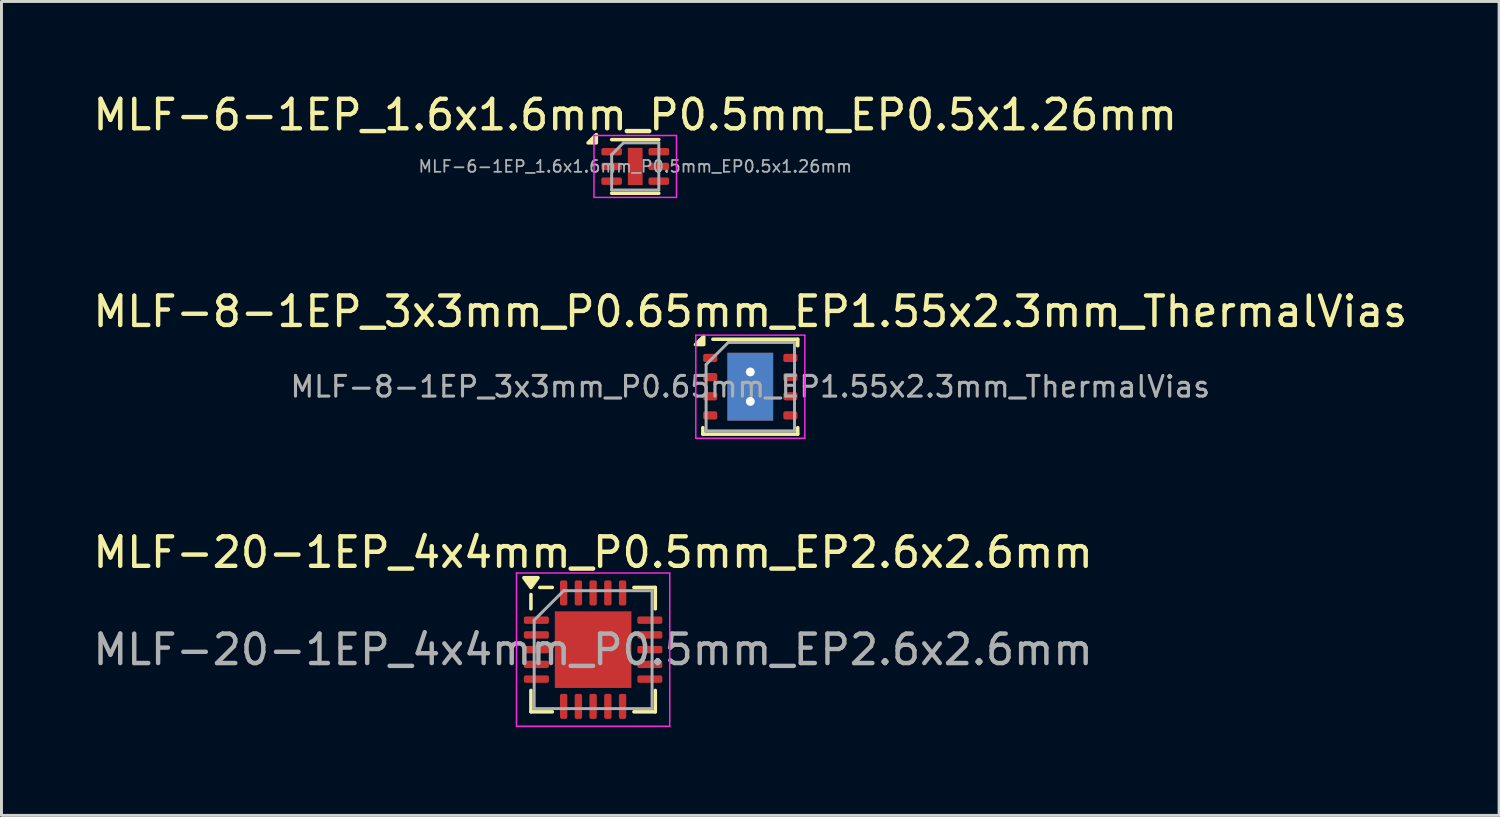
<source format=kicad_pcb>
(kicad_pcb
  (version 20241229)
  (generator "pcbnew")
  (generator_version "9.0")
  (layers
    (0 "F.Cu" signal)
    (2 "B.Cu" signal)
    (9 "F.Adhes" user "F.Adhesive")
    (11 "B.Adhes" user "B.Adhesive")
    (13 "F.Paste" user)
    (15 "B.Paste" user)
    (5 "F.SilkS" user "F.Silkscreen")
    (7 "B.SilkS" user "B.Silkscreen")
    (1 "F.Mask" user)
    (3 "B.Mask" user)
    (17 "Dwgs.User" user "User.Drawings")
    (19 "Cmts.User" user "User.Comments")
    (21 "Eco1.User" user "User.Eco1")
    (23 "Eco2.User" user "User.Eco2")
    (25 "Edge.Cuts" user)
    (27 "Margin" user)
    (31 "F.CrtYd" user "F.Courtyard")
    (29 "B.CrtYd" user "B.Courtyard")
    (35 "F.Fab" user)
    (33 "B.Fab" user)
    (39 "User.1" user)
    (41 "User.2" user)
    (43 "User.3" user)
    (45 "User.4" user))
  (footprint "MLF-6-1EP_1.6x1.6mm_P0.5mm_EP0.5x1.26mm"
    (layer "F.Cu")
    (at 18.506 2.598)
    (property "Reference" "MLF-6-1EP_1.6x1.6mm_P0.5mm_EP0.5x1.26mm" (at 0 -1.75 0) (layer "F.SilkS") (effects (font (size 1 1) (thickness 0.15))))
    (attr smd)
    (fp_line (start -0.8 -0.91) (end 0.8 -0.91) (stroke (width 0.12) (type solid)) (layer "F.SilkS"))
    (fp_line (start -0.8 0.91) (end 0.8 0.91) (stroke (width 0.12) (type solid)) (layer "F.SilkS"))
    (fp_poly (pts (xy -1.32 -0.8) (xy -1.6 -0.8) (xy -1.32 -1.08) (xy -1.32 -0.8)) (stroke (width 0.12) (type solid)) (fill yes) (layer "F.SilkS"))
    (fp_line (start -1.4 -1.05) (end -1.4 1.05) (stroke (width 0.05) (type solid)) (layer "F.CrtYd"))
    (fp_line (start -1.4 1.05) (end 1.4 1.05) (stroke (width 0.05) (type solid)) (layer "F.CrtYd"))
    (fp_line (start 1.4 -1.05) (end -1.4 -1.05) (stroke (width 0.05) (type solid)) (layer "F.CrtYd"))
    (fp_line (start 1.4 1.05) (end 1.4 -1.05) (stroke (width 0.05) (type solid)) (layer "F.CrtYd"))
    (fp_line (start -0.8 -0.4) (end -0.4 -0.8) (stroke (width 0.1) (type solid)) (layer "F.Fab"))
    (fp_line (start -0.8 0.8) (end -0.8 -0.4) (stroke (width 0.1) (type solid)) (layer "F.Fab"))
    (fp_line (start -0.4 -0.8) (end 0.8 -0.8) (stroke (width 0.1) (type solid)) (layer "F.Fab"))
    (fp_line (start 0.8 -0.8) (end 0.8 0.8) (stroke (width 0.1) (type solid)) (layer "F.Fab"))
    (fp_line (start 0.8 0.8) (end -0.8 0.8) (stroke (width 0.1) (type solid)) (layer "F.Fab"))
    (fp_text user "${REFERENCE}" (at 0 0 0) (layer "F.Fab") (effects (font (size 0.4 0.4) (thickness 0.06))))
    (pad "" smd roundrect (at 0 -0.315) (size 0.4 0.51) (layers "F.Paste") (roundrect_rratio 0.25))
    (pad "" smd roundrect (at 0 0.315) (size 0.4 0.51) (layers "F.Paste") (roundrect_rratio 0.25))
    (pad "1" smd roundrect (at -0.8 -0.5) (size 0.7 0.25) (layers "F.Cu" "F.Mask" "F.Paste") (roundrect_rratio 0.25))
    (pad "2" smd roundrect (at -0.8 0) (size 0.7 0.25) (layers "F.Cu" "F.Mask" "F.Paste") (roundrect_rratio 0.25))
    (pad "3" smd roundrect (at -0.8 0.5) (size 0.7 0.25) (layers "F.Cu" "F.Mask" "F.Paste") (roundrect_rratio 0.25))
    (pad "4" smd roundrect (at 0.8 0.5) (size 0.7 0.25) (layers "F.Cu" "F.Mask" "F.Paste") (roundrect_rratio 0.25))
    (pad "5" smd roundrect (at 0.8 0) (size 0.7 0.25) (layers "F.Cu" "F.Mask" "F.Paste") (roundrect_rratio 0.25))
    (pad "6" smd roundrect (at 0.8 -0.5) (size 0.7 0.25) (layers "F.Cu" "F.Mask" "F.Paste") (roundrect_rratio 0.25))
    (pad "7" smd rect (at 0 0) (size 0.5 1.26) (property pad_prop_heatsink) (layers "F.Cu" "F.Mask")))
  (footprint "MLF-20-1EP_4x4mm_P0.5mm_EP2.6x2.6mm"
    (layer "F.Cu")
    (at 17.077 18.995)
    (property "Reference" "MLF-20-1EP_4x4mm_P0.5mm_EP2.6x2.6mm" (at 0 -3.3 0) (layer "F.SilkS") (effects (font (size 1 1) (thickness 0.15))))
    (attr smd)
    (fp_line (start -2.11 -1.385) (end -2.11 -1.87) (stroke (width 0.12) (type solid)) (layer "F.SilkS"))
    (fp_line (start -2.11 2.11) (end -2.11 1.385) (stroke (width 0.12) (type solid)) (layer "F.SilkS"))
    (fp_line (start -1.385 -2.11) (end -1.81 -2.11) (stroke (width 0.12) (type solid)) (layer "F.SilkS"))
    (fp_line (start -1.385 2.11) (end -2.11 2.11) (stroke (width 0.12) (type solid)) (layer "F.SilkS"))
    (fp_line (start 1.385 -2.11) (end 2.11 -2.11) (stroke (width 0.12) (type solid)) (layer "F.SilkS"))
    (fp_line (start 1.385 2.11) (end 2.11 2.11) (stroke (width 0.12) (type solid)) (layer "F.SilkS"))
    (fp_line (start 2.11 -2.11) (end 2.11 -1.385) (stroke (width 0.12) (type solid)) (layer "F.SilkS"))
    (fp_line (start 2.11 2.11) (end 2.11 1.385) (stroke (width 0.12) (type solid)) (layer "F.SilkS"))
    (fp_poly (pts (xy -2.11 -2.11) (xy -2.35 -2.44) (xy -1.87 -2.44) (xy -2.11 -2.11)) (stroke (width 0.12) (type solid)) (fill yes) (layer "F.SilkS"))
    (fp_line (start -2.6 -2.6) (end -2.6 2.6) (stroke (width 0.05) (type solid)) (layer "F.CrtYd"))
    (fp_line (start -2.6 2.6) (end 2.6 2.6) (stroke (width 0.05) (type solid)) (layer "F.CrtYd"))
    (fp_line (start 2.6 -2.6) (end -2.6 -2.6) (stroke (width 0.05) (type solid)) (layer "F.CrtYd"))
    (fp_line (start 2.6 2.6) (end 2.6 -2.6) (stroke (width 0.05) (type solid)) (layer "F.CrtYd"))
    (fp_line (start -2 -1) (end -1 -2) (stroke (width 0.1) (type solid)) (layer "F.Fab"))
    (fp_line (start -2 2) (end -2 -1) (stroke (width 0.1) (type solid)) (layer "F.Fab"))
    (fp_line (start -1 -2) (end 2 -2) (stroke (width 0.1) (type solid)) (layer "F.Fab"))
    (fp_line (start 2 -2) (end 2 2) (stroke (width 0.1) (type solid)) (layer "F.Fab"))
    (fp_line (start 2 2) (end -2 2) (stroke (width 0.1) (type solid)) (layer "F.Fab"))
    (fp_text user "${REFERENCE}" (at 0 0 0) (layer "F.Fab") (effects (font (size 1 1) (thickness 0.15))))
    (pad "" smd roundrect (at -0.65 -0.65) (size 1.05 1.05) (layers "F.Paste") (roundrect_rratio 0.238))
    (pad "" smd roundrect (at -0.65 0.65) (size 1.05 1.05) (layers "F.Paste") (roundrect_rratio 0.238))
    (pad "" smd roundrect (at 0.65 -0.65) (size 1.05 1.05) (layers "F.Paste") (roundrect_rratio 0.238))
    (pad "" smd roundrect (at 0.65 0.65) (size 1.05 1.05) (layers "F.Paste") (roundrect_rratio 0.238))
    (pad "1" smd roundrect (at -1.925 -1) (size 0.85 0.25) (layers "F.Cu" "F.Mask" "F.Paste") (roundrect_rratio 0.25))
    (pad "2" smd roundrect (at -1.925 -0.5) (size 0.85 0.25) (layers "F.Cu" "F.Mask" "F.Paste") (roundrect_rratio 0.25))
    (pad "3" smd roundrect (at -1.925 0) (size 0.85 0.25) (layers "F.Cu" "F.Mask" "F.Paste") (roundrect_rratio 0.25))
    (pad "4" smd roundrect (at -1.925 0.5) (size 0.85 0.25) (layers "F.Cu" "F.Mask" "F.Paste") (roundrect_rratio 0.25))
    (pad "5" smd roundrect (at -1.925 1) (size 0.85 0.25) (layers "F.Cu" "F.Mask" "F.Paste") (roundrect_rratio 0.25))
    (pad "6" smd roundrect (at -1 1.925) (size 0.25 0.85) (layers "F.Cu" "F.Mask" "F.Paste") (roundrect_rratio 0.25))
    (pad "7" smd roundrect (at -0.5 1.925) (size 0.25 0.85) (layers "F.Cu" "F.Mask" "F.Paste") (roundrect_rratio 0.25))
    (pad "8" smd roundrect (at 0 1.925) (size 0.25 0.85) (layers "F.Cu" "F.Mask" "F.Paste") (roundrect_rratio 0.25))
    (pad "9" smd roundrect (at 0.5 1.925) (size 0.25 0.85) (layers "F.Cu" "F.Mask" "F.Paste") (roundrect_rratio 0.25))
    (pad "10" smd roundrect (at 1 1.925) (size 0.25 0.85) (layers "F.Cu" "F.Mask" "F.Paste") (roundrect_rratio 0.25))
    (pad "11" smd roundrect (at 1.925 1) (size 0.85 0.25) (layers "F.Cu" "F.Mask" "F.Paste") (roundrect_rratio 0.25))
    (pad "12" smd roundrect (at 1.925 0.5) (size 0.85 0.25) (layers "F.Cu" "F.Mask" "F.Paste") (roundrect_rratio 0.25))
    (pad "13" smd roundrect (at 1.925 0) (size 0.85 0.25) (layers "F.Cu" "F.Mask" "F.Paste") (roundrect_rratio 0.25))
    (pad "14" smd roundrect (at 1.925 -0.5) (size 0.85 0.25) (layers "F.Cu" "F.Mask" "F.Paste") (roundrect_rratio 0.25))
    (pad "15" smd roundrect (at 1.925 -1) (size 0.85 0.25) (layers "F.Cu" "F.Mask" "F.Paste") (roundrect_rratio 0.25))
    (pad "16" smd roundrect (at 1 -1.925) (size 0.25 0.85) (layers "F.Cu" "F.Mask" "F.Paste") (roundrect_rratio 0.25))
    (pad "17" smd roundrect (at 0.5 -1.925) (size 0.25 0.85) (layers "F.Cu" "F.Mask" "F.Paste") (roundrect_rratio 0.25))
    (pad "18" smd roundrect (at 0 -1.925) (size 0.25 0.85) (layers "F.Cu" "F.Mask" "F.Paste") (roundrect_rratio 0.25))
    (pad "19" smd roundrect (at -0.5 -1.925) (size 0.25 0.85) (layers "F.Cu" "F.Mask" "F.Paste") (roundrect_rratio 0.25))
    (pad "20" smd roundrect (at -1 -1.925) (size 0.25 0.85) (layers "F.Cu" "F.Mask" "F.Paste") (roundrect_rratio 0.25))
    (pad "21" smd rect (at 0 0) (size 2.6 2.6) (property pad_prop_heatsink) (layers "F.Cu" "F.Mask")))
  (footprint "MLF-8-1EP_3x3mm_P0.65mm_EP1.55x2.3mm_ThermalVias"
    (layer "F.Cu")
    (at 22.411 10.072)
    (property "Reference" "MLF-8-1EP_3x3mm_P0.65mm_EP1.55x2.3mm_ThermalVias" (at 0 -2.55 0) (layer "F.SilkS") (effects (font (size 1 1) (thickness 0.15))))
    (attr smd)
    (fp_line (start -1.61 1.61) (end -1.61 1.39) (stroke (width 0.12) (type solid)) (layer "F.SilkS"))
    (fp_line (start -1.61 1.61) (end 1.61 1.61) (stroke (width 0.12) (type solid)) (layer "F.SilkS"))
    (fp_line (start -1.27 -1.61) (end 1.61 -1.61) (stroke (width 0.12) (type solid)) (layer "F.SilkS"))
    (fp_line (start 1.61 -1.39) (end 1.61 -1.61) (stroke (width 0.12) (type solid)) (layer "F.SilkS"))
    (fp_line (start 1.61 1.61) (end 1.61 1.39) (stroke (width 0.12) (type solid)) (layer "F.SilkS"))
    (fp_poly (pts (xy -1.58 -1.43) (xy -1.86 -1.43) (xy -1.58 -1.71) (xy -1.58 -1.43)) (stroke (width 0.12) (type solid)) (fill yes) (layer "F.SilkS"))
    (fp_line (start -1.85 -1.75) (end -1.85 1.75) (stroke (width 0.05) (type solid)) (layer "F.CrtYd"))
    (fp_line (start -1.85 -1.75) (end 1.85 -1.75) (stroke (width 0.05) (type solid)) (layer "F.CrtYd"))
    (fp_line (start -1.85 1.75) (end 1.85 1.75) (stroke (width 0.05) (type solid)) (layer "F.CrtYd"))
    (fp_line (start 1.85 -1.75) (end 1.85 1.75) (stroke (width 0.05) (type solid)) (layer "F.CrtYd"))
    (fp_line (start -1.5 -0.75) (end -0.75 -1.5) (stroke (width 0.1) (type solid)) (layer "F.Fab"))
    (fp_line (start -1.5 1.5) (end -1.5 -0.75) (stroke (width 0.1) (type solid)) (layer "F.Fab"))
    (fp_line (start -0.75 -1.5) (end 1.5 -1.5) (stroke (width 0.1) (type solid)) (layer "F.Fab"))
    (fp_line (start 1.5 -1.5) (end 1.5 1.5) (stroke (width 0.1) (type solid)) (layer "F.Fab"))
    (fp_line (start 1.5 1.5) (end -1.5 1.5) (stroke (width 0.1) (type solid)) (layer "F.Fab"))
    (fp_text user "${REFERENCE}" (at 0 0 0) (layer "F.Fab") (effects (font (size 0.7 0.7) (thickness 0.105))))
    (pad "" smd roundrect (at 0 -0.9) (size 1.5 0.4) (layers "F.Paste") (roundrect_rratio 0.25))
    (pad "" smd roundrect (at 0 0) (size 1.5 0.65) (layers "F.Paste") (roundrect_rratio 0.25))
    (pad "" smd roundrect (at 0 0.9) (size 1.5 0.4) (layers "F.Paste") (roundrect_rratio 0.25))
    (pad "1" smd roundrect (at -1.36 -0.975) (size 0.48 0.28) (layers "F.Cu" "F.Mask" "F.Paste") (roundrect_rratio 0.25))
    (pad "2" smd roundrect (at -1.36 -0.325) (size 0.48 0.28) (layers "F.Cu" "F.Mask" "F.Paste") (roundrect_rratio 0.25))
    (pad "3" smd roundrect (at -1.36 0.325) (size 0.48 0.28) (layers "F.Cu" "F.Mask" "F.Paste") (roundrect_rratio 0.25))
    (pad "4" smd roundrect (at -1.36 0.975) (size 0.48 0.28) (layers "F.Cu" "F.Mask" "F.Paste") (roundrect_rratio 0.25))
    (pad "5" smd roundrect (at 1.36 0.975) (size 0.48 0.28) (layers "F.Cu" "F.Mask" "F.Paste") (roundrect_rratio 0.25))
    (pad "6" smd roundrect (at 1.36 0.325) (size 0.48 0.28) (layers "F.Cu" "F.Mask" "F.Paste") (roundrect_rratio 0.25))
    (pad "7" smd roundrect (at 1.36 -0.325) (size 0.48 0.28) (layers "F.Cu" "F.Mask" "F.Paste") (roundrect_rratio 0.25))
    (pad "8" smd roundrect (at 1.36 -0.975) (size 0.48 0.28) (layers "F.Cu" "F.Mask" "F.Paste") (roundrect_rratio 0.25))
    (pad "9" thru_hole circle (at 0 -0.5) (size 0.6 0.6) (drill 0.3) (layers "*.Cu" "*.Mask"))
    (pad "9" smd rect (at 0 0) (size 1.55 2.3) (layers "F.Cu" "F.Mask"))
    (pad "9" smd rect (at 0 0) (size 1.55 2.3) (layers "B.Cu"))
    (pad "9" thru_hole circle (at 0 0.5) (size 0.6 0.6) (drill 0.3) (layers "*.Cu" "*.Mask")))
  (gr_rect
    (start -3 -3)
    (end 47.821 24.62)
    (stroke (width 0.1) (type default))
    (fill no)
    (layer "Edge.Cuts")))
</source>
